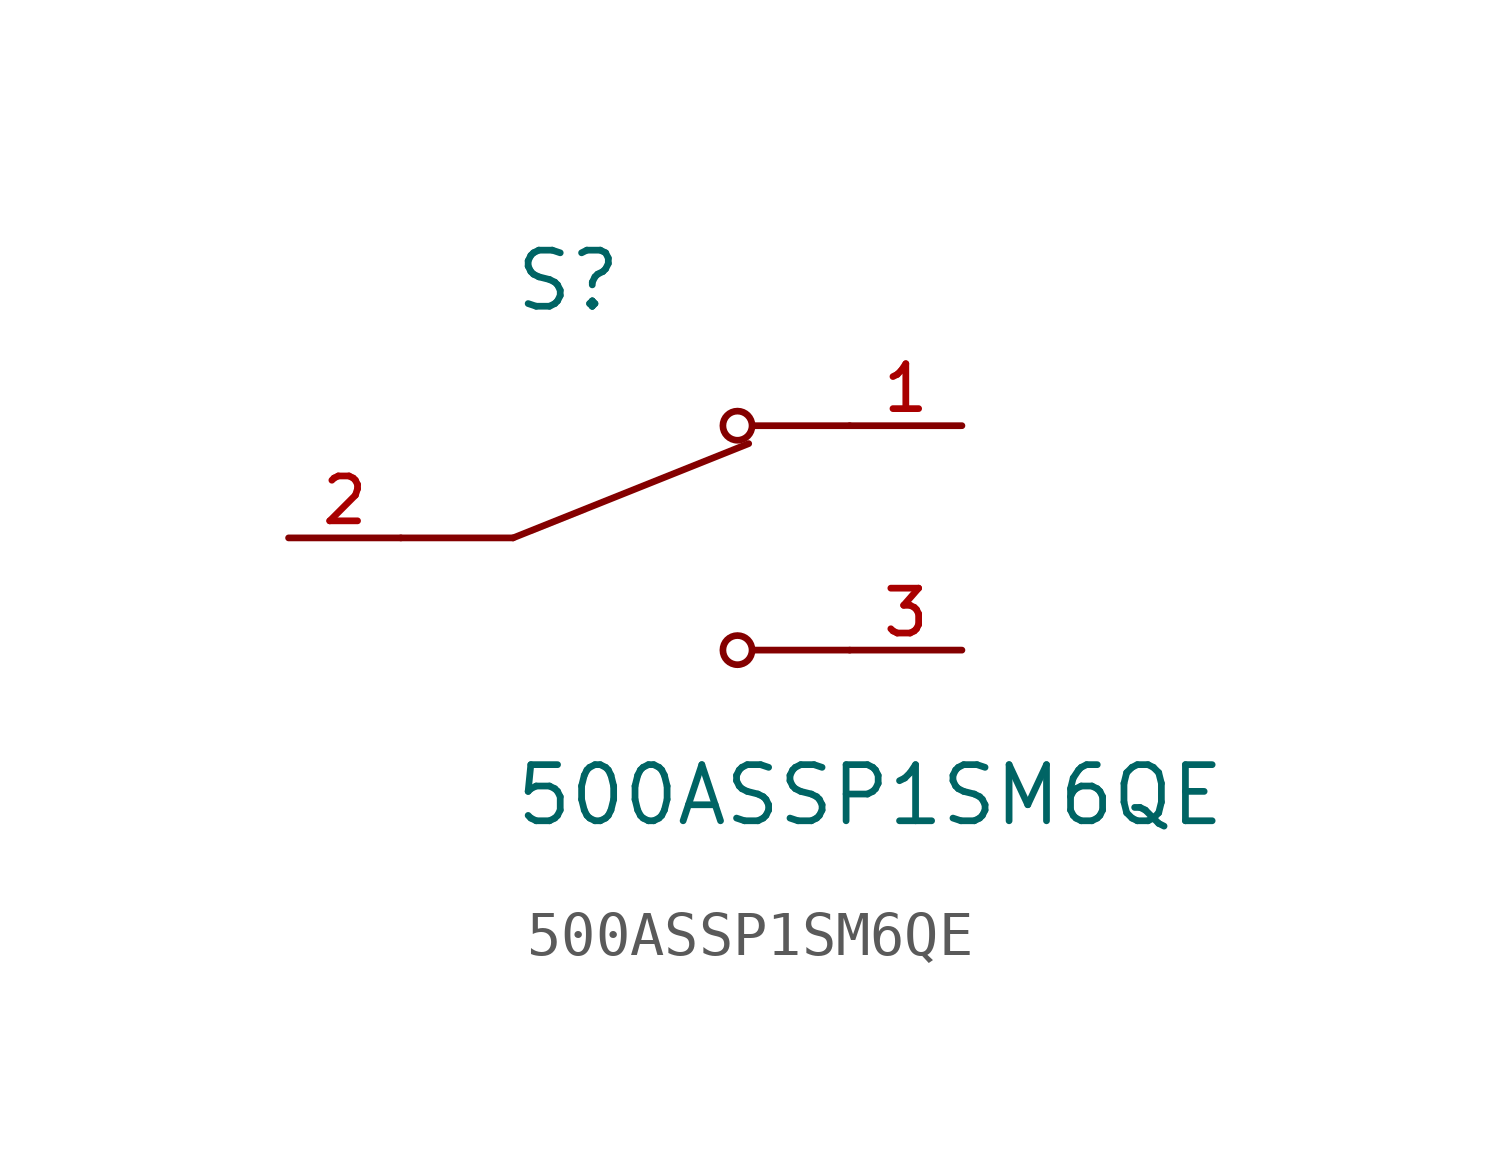
<source format=kicad_sym>
(kicad_symbol_lib
  (version 20211014)
  (generator kicad_symbol_editor)
  (symbol "500ASSP1SM6QE"
    (pin_names
      (offset 1.016))
    (property "Reference" "S"
      (at -2.54 5.08 0)
      (effects (font (size 1.27 1.27)) (justify bottom left)))
    (property "Value" "500ASSP1SM6QE"
      (at -2.54 -5.08 0)
      (effects (font (size 1.27 1.27)) (justify top left)))
    (symbol "500ASSP1SM6QE_0_0"
      (polyline (pts (xy -2.54 0.0) (xy 2.794 2.134)) (stroke (width 0.152)))
      (circle (center 2.54 2.54) (radius 0.33) (stroke (width 0.152)) (fill (type none)))
      (circle (center 2.54 -2.54) (radius 0.33) (stroke (width 0.152)) (fill (type none)))
      (polyline (pts (xy 5.08 -2.54) (xy 2.921 -2.54)) (stroke (width 0.152)))
      (polyline (pts (xy 5.08 2.54) (xy 2.921 2.54)) (stroke (width 0.152)))
      (polyline (pts (xy -2.54 0.0) (xy -5.08 0.0)) (stroke (width 0.152)))
      (pin passive line (at 7.62 2.54 180.0) (length 2.54) (name "~" (effects (font (size 1.016 1.016)))) (number "1" (effects (font (size 1.016 1.016)))))
      (pin passive line (at -7.62 0.0 0) (length 2.54) (name "~" (effects (font (size 1.016 1.016)))) (number "2" (effects (font (size 1.016 1.016)))))
      (pin passive line (at 7.62 -2.54 180.0) (length 2.54) (name "~" (effects (font (size 1.016 1.016)))) (number "3" (effects (font (size 1.016 1.016))))))))
</source>
